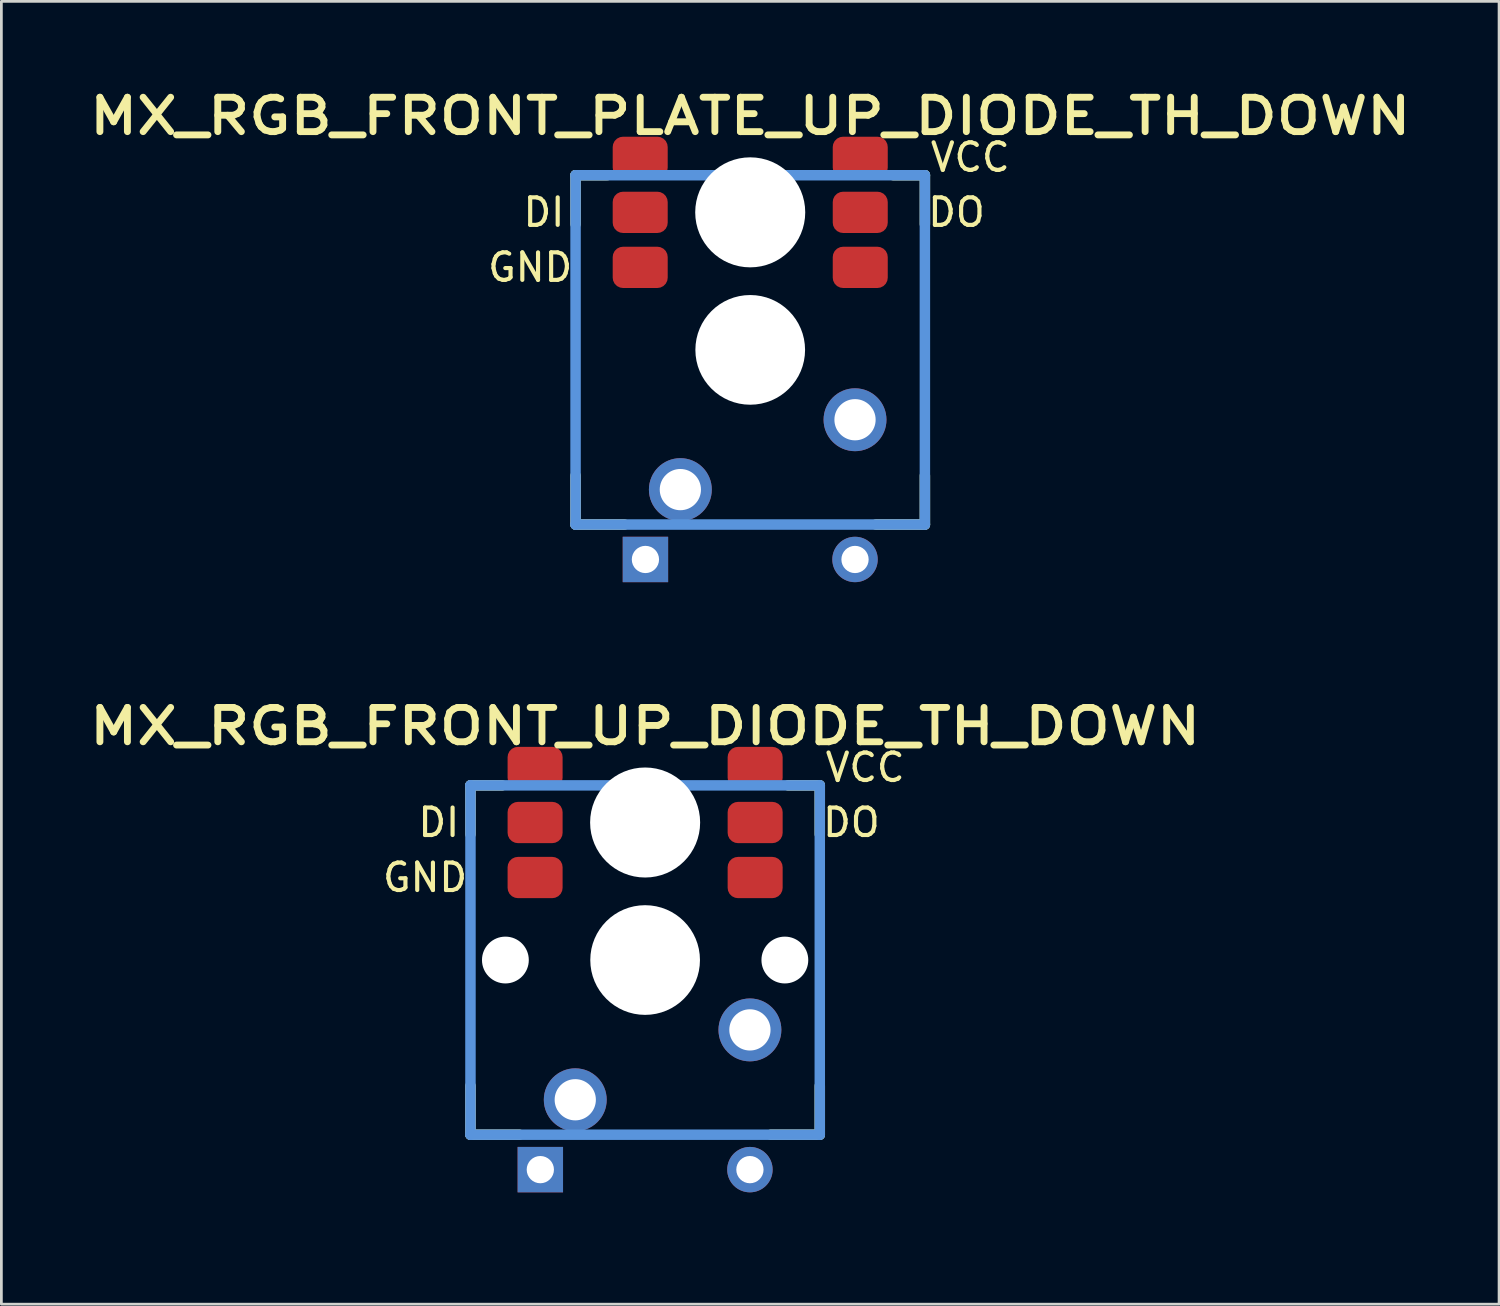
<source format=kicad_pcb>
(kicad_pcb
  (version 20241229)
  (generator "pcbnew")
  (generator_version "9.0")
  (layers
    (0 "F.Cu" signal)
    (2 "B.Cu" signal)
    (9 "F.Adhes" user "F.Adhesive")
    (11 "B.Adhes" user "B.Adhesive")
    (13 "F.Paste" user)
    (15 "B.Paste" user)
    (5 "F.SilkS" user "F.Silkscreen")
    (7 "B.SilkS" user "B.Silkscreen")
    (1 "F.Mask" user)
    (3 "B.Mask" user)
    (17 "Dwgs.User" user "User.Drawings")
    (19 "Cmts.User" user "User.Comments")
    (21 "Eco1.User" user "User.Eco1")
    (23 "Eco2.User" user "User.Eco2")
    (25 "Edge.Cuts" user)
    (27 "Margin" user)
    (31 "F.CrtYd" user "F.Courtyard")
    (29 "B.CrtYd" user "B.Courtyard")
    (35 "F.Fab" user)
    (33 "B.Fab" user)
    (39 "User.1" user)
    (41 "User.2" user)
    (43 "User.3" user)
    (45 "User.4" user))
  (footprint "MX_RGB_FRONT_PLATE_UP_DIODE_TH_DOWN"
    (layer "F.Cu")
    (at 24.225 9.67)
    (property "Reference" "MX_RGB_FRONT_PLATE_UP_DIODE_TH_DOWN" (at 0 -8.5 180) (layer "F.SilkS") (effects (font (size 1.25 1.5) (thickness 0.25))))
    (attr through_hole)
    (fp_line (start -6.35 -6.35) (end -5.2 -6.35) (stroke (width 0.381) (type solid)) (layer "F.SilkS"))
    (fp_line (start -6.35 -4.572) (end -6.35 -6.35) (stroke (width 0.381) (type solid)) (layer "F.SilkS"))
    (fp_line (start -6.35 6.35) (end -6.35 4.572) (stroke (width 0.381) (type solid)) (layer "F.SilkS"))
    (fp_line (start -4.572 6.35) (end -6.35 6.35) (stroke (width 0.381) (type solid)) (layer "F.SilkS"))
    (fp_line (start 5.2 -6.35) (end 6.35 -6.35) (stroke (width 0.381) (type solid)) (layer "F.SilkS"))
    (fp_line (start 6.35 -6.35) (end 6.35 -4.572) (stroke (width 0.381) (type solid)) (layer "F.SilkS"))
    (fp_line (start 6.35 4.572) (end 6.35 6.35) (stroke (width 0.381) (type solid)) (layer "F.SilkS"))
    (fp_line (start 6.35 6.35) (end 4.572 6.35) (stroke (width 0.381) (type solid)) (layer "F.SilkS"))
    (fp_line (start -6.35 -6.35) (end 6.35 -6.35) (stroke (width 0.381) (type solid)) (layer "Cmts.User"))
    (fp_line (start -6.35 6.35) (end -6.35 -6.35) (stroke (width 0.381) (type solid)) (layer "Cmts.User"))
    (fp_line (start 6.35 -6.35) (end 6.35 6.35) (stroke (width 0.381) (type solid)) (layer "Cmts.User"))
    (fp_line (start 6.35 6.35) (end -6.35 6.35) (stroke (width 0.381) (type solid)) (layer "Cmts.User"))
    (fp_line (start -9.5 -9.5) (end 9.5 -9.5) (stroke (width 0.025) (type solid)) (layer "Eco2.User"))
    (fp_line (start -9.5 9.5) (end -9.5 -9.5) (stroke (width 0.025) (type solid)) (layer "Eco2.User"))
    (fp_line (start -7 -7) (end 7 -7) (stroke (width 0.025) (type solid)) (layer "Eco2.User"))
    (fp_line (start -7 7) (end -7 -7) (stroke (width 0.025) (type solid)) (layer "Eco2.User"))
    (fp_line (start 7 7) (end -7 7) (stroke (width 0.025) (type solid)) (layer "Eco2.User"))
    (fp_line (start 7 7) (end 7 -7) (stroke (width 0.025) (type solid)) (layer "Eco2.User"))
    (fp_line (start 9.5 -9.5) (end 9.5 9.5) (stroke (width 0.025) (type solid)) (layer "Eco2.User"))
    (fp_line (start 9.5 9.5) (end -9.5 9.5) (stroke (width 0.025) (type solid)) (layer "Eco2.User"))
    (fp_text user "DI" (at -7.5 -5 0) (layer "F.SilkS") (effects (font (size 1 1) (thickness 0.15))))
    (fp_text user "DO" (at 7.5 -5 0) (layer "F.SilkS") (effects (font (size 1 1) (thickness 0.15))))
    (fp_text user "GND" (at -8 -3 0) (layer "F.SilkS") (effects (font (size 1 1) (thickness 0.15))))
    (fp_text user "VCC" (at 8 -7 0) (layer "F.SilkS") (effects (font (size 1 1) (thickness 0.15))))
    (pad "" np_thru_hole circle (at 0 -5 180) (size 4 4) (drill 4) (layers "*.Cu" "*.Mask"))
    (pad "" np_thru_hole circle (at 0 0 180) (size 3.988 3.988) (drill 3.988) (layers "*.Cu" "*.Mask"))
    (pad "1" thru_hole circle (at -2.54 5.08 180) (size 2.286 2.286) (drill 1.499) (layers "*.Cu" "*.Mask"))
    (pad "2" thru_hole circle (at 3.81 2.54 180) (size 2.286 2.286) (drill 1.499) (layers "*.Cu" "*.Mask"))
    (pad "3" thru_hole circle (at 3.81 7.62 180) (size 1.651 1.651) (drill 0.991) (layers "*.Cu" "*.Mask"))
    (pad "4" thru_hole rect (at -3.81 7.62 180) (size 1.651 1.651) (drill 0.991) (layers "*.Cu" "*.Mask"))
    (pad "5" smd roundrect (at -4 -5 180) (size 2 1.5) (layers "F.Cu" "F.Mask" "F.Paste") (roundrect_rratio 0.25))
    (pad "6" smd roundrect (at 4 -5 180) (size 2 1.5) (layers "F.Cu" "F.Mask" "F.Paste") (roundrect_rratio 0.25))
    (pad "7" smd roundrect (at -4 -7 180) (size 2 1.5) (layers "F.Cu" "F.Mask" "F.Paste") (roundrect_rratio 0.25))
    (pad "7" smd roundrect (at 4 -7 180) (size 2 1.5) (layers "F.Cu" "F.Mask" "F.Paste") (roundrect_rratio 0.25))
    (pad "8" smd roundrect (at -4 -3 180) (size 2 1.5) (layers "F.Cu" "F.Mask" "F.Paste") (roundrect_rratio 0.25))
    (pad "8" smd roundrect (at 4 -3 180) (size 2 1.5) (layers "F.Cu" "F.Mask" "F.Paste") (roundrect_rratio 0.25)))
  (footprint "MX_RGB_FRONT_UP_DIODE_TH_DOWN"
    (layer "F.Cu")
    (at 20.404 31.853)
    (property "Reference" "MX_RGB_FRONT_UP_DIODE_TH_DOWN" (at 0 -8.5 180) (layer "F.SilkS") (effects (font (size 1.25 1.5) (thickness 0.25))))
    (attr through_hole)
    (fp_line (start -6.35 -6.35) (end -5.2 -6.35) (stroke (width 0.381) (type solid)) (layer "F.SilkS"))
    (fp_line (start -6.35 -4.572) (end -6.35 -6.35) (stroke (width 0.381) (type solid)) (layer "F.SilkS"))
    (fp_line (start -6.35 6.35) (end -6.35 4.572) (stroke (width 0.381) (type solid)) (layer "F.SilkS"))
    (fp_line (start -4.572 6.35) (end -6.35 6.35) (stroke (width 0.381) (type solid)) (layer "F.SilkS"))
    (fp_line (start 5.2 -6.35) (end 6.35 -6.35) (stroke (width 0.381) (type solid)) (layer "F.SilkS"))
    (fp_line (start 6.35 -6.35) (end 6.35 -4.572) (stroke (width 0.381) (type solid)) (layer "F.SilkS"))
    (fp_line (start 6.35 4.572) (end 6.35 6.35) (stroke (width 0.381) (type solid)) (layer "F.SilkS"))
    (fp_line (start 6.35 6.35) (end 4.572 6.35) (stroke (width 0.381) (type solid)) (layer "F.SilkS"))
    (fp_line (start -6.35 -6.35) (end 6.35 -6.35) (stroke (width 0.381) (type solid)) (layer "Cmts.User"))
    (fp_line (start -6.35 6.35) (end -6.35 -6.35) (stroke (width 0.381) (type solid)) (layer "Cmts.User"))
    (fp_line (start 6.35 -6.35) (end 6.35 6.35) (stroke (width 0.381) (type solid)) (layer "Cmts.User"))
    (fp_line (start 6.35 6.35) (end -6.35 6.35) (stroke (width 0.381) (type solid)) (layer "Cmts.User"))
    (fp_line (start -9.5 -9.5) (end 9.5 -9.5) (stroke (width 0.025) (type solid)) (layer "Eco2.User"))
    (fp_line (start -9.5 9.5) (end -9.5 -9.5) (stroke (width 0.025) (type solid)) (layer "Eco2.User"))
    (fp_line (start -7 -7) (end 7 -7) (stroke (width 0.025) (type solid)) (layer "Eco2.User"))
    (fp_line (start -7 7) (end -7 -7) (stroke (width 0.025) (type solid)) (layer "Eco2.User"))
    (fp_line (start 7 7) (end -7 7) (stroke (width 0.025) (type solid)) (layer "Eco2.User"))
    (fp_line (start 7 7) (end 7 -7) (stroke (width 0.025) (type solid)) (layer "Eco2.User"))
    (fp_line (start 9.5 -9.5) (end 9.5 9.5) (stroke (width 0.025) (type solid)) (layer "Eco2.User"))
    (fp_line (start 9.5 9.5) (end -9.5 9.5) (stroke (width 0.025) (type solid)) (layer "Eco2.User"))
    (fp_text user "DO" (at 7.5 -5 0) (layer "F.SilkS") (effects (font (size 1 1) (thickness 0.15))))
    (fp_text user "GND" (at -8 -3 0) (layer "F.SilkS") (effects (font (size 1 1) (thickness 0.15))))
    (fp_text user "VCC" (at 8 -7 0) (layer "F.SilkS") (effects (font (size 1 1) (thickness 0.15))))
    (fp_text user "DI" (at -7.5 -5 0) (layer "F.SilkS") (effects (font (size 1 1) (thickness 0.15))))
    (pad "" np_thru_hole circle (at -5.08 0 180) (size 1.702 1.702) (drill 1.702) (layers "*.Cu" "*.Mask"))
    (pad "" np_thru_hole circle (at 0 -5 180) (size 4 4) (drill 4) (layers "*.Cu" "*.Mask"))
    (pad "" np_thru_hole circle (at 0 0 180) (size 3.988 3.988) (drill 3.988) (layers "*.Cu" "*.Mask"))
    (pad "" np_thru_hole circle (at 5.08 0 180) (size 1.702 1.702) (drill 1.702) (layers "*.Cu" "*.Mask"))
    (pad "1" thru_hole circle (at -2.54 5.08 180) (size 2.286 2.286) (drill 1.499) (layers "*.Cu" "*.Mask"))
    (pad "2" thru_hole circle (at 3.81 2.54 180) (size 2.286 2.286) (drill 1.499) (layers "*.Cu" "*.Mask"))
    (pad "3" thru_hole circle (at 3.81 7.62 180) (size 1.651 1.651) (drill 0.991) (layers "*.Cu" "*.Mask"))
    (pad "4" thru_hole rect (at -3.81 7.62 180) (size 1.651 1.651) (drill 0.991) (layers "*.Cu" "*.Mask"))
    (pad "5" smd roundrect (at -4 -5 180) (size 2 1.5) (layers "F.Cu" "F.Mask" "F.Paste") (roundrect_rratio 0.25))
    (pad "6" smd roundrect (at 4 -5 180) (size 2 1.5) (layers "F.Cu" "F.Mask" "F.Paste") (roundrect_rratio 0.25))
    (pad "7" smd roundrect (at -4 -7 180) (size 2 1.5) (layers "F.Cu" "F.Mask" "F.Paste") (roundrect_rratio 0.25))
    (pad "7" smd roundrect (at 4 -7 180) (size 2 1.5) (layers "F.Cu" "F.Mask" "F.Paste") (roundrect_rratio 0.25))
    (pad "8" smd roundrect (at -4 -3 180) (size 2 1.5) (layers "F.Cu" "F.Mask" "F.Paste") (roundrect_rratio 0.25))
    (pad "8" smd roundrect (at 4 -3 180) (size 2 1.5) (layers "F.Cu" "F.Mask" "F.Paste") (roundrect_rratio 0.25)))
  (gr_rect
    (start -3 -3)
    (end 51.45 44.365)
    (stroke (width 0.1) (type default))
    (fill no)
    (layer "Edge.Cuts")))
</source>
